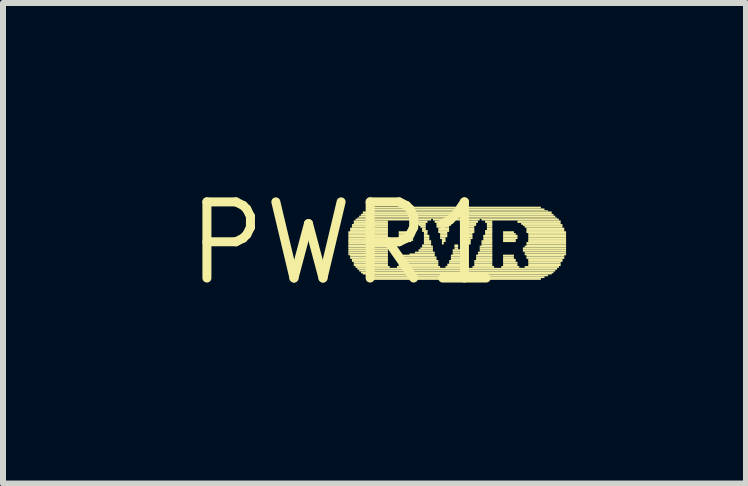
<source format=kicad_pcb>
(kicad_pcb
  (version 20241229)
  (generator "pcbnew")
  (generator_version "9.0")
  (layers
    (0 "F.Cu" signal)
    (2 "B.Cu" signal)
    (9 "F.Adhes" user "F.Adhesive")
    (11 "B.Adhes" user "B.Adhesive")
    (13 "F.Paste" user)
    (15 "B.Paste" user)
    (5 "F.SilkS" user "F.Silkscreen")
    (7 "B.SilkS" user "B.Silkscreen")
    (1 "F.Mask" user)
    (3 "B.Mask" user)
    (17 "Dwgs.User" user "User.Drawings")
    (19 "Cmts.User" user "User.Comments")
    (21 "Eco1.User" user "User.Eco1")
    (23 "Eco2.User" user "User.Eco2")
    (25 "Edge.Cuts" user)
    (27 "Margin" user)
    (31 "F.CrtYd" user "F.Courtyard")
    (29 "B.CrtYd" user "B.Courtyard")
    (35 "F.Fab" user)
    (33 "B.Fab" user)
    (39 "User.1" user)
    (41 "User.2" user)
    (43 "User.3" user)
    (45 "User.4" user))
  (footprint "PWR1"
    (layer "F.Cu")
    (at 2.698 1.006)
    (property "Reference" "PWR1" (at 0 0 0) (layer "F.SilkS") (effects (font (size 1.27 1.27) (thickness 0.15))))
    (attr through_hole)
    (fp_poly (pts (xy 0.06 -0.17) (xy 0.72 -0.17) (xy 0.72 -0.2) (xy 0.06 -0.2)) (stroke (width 0) (type solid)) (fill yes) (layer "F.SilkS"))
    (fp_poly (pts (xy 0.06 -0.14) (xy 0.72 -0.14) (xy 0.72 -0.17) (xy 0.06 -0.17)) (stroke (width 0) (type solid)) (fill yes) (layer "F.SilkS"))
    (fp_poly (pts (xy 0.06 -0.1) (xy 0.72 -0.1) (xy 0.72 -0.14) (xy 0.06 -0.14)) (stroke (width 0) (type solid)) (fill yes) (layer "F.SilkS"))
    (fp_poly (pts (xy 0.06 -0.07) (xy 0.72 -0.07) (xy 0.72 -0.1) (xy 0.06 -0.1)) (stroke (width 0) (type solid)) (fill yes) (layer "F.SilkS"))
    (fp_poly (pts (xy 0.06 -0.04) (xy 0.72 -0.04) (xy 0.72 -0.07) (xy 0.06 -0.07)) (stroke (width 0) (type solid)) (fill yes) (layer "F.SilkS"))
    (fp_poly (pts (xy 0.06 -0.02) (xy 0.72 -0.02) (xy 0.72 -0.05) (xy 0.06 -0.05)) (stroke (width 0) (type solid)) (fill yes) (layer "F.SilkS"))
    (fp_poly (pts (xy 0.06 0.02) (xy 0.72 0.02) (xy 0.72 -0.02) (xy 0.06 -0.02)) (stroke (width 0) (type solid)) (fill yes) (layer "F.SilkS"))
    (fp_poly (pts (xy 0.06 0.05) (xy 0.72 0.05) (xy 0.72 0.02) (xy 0.06 0.02)) (stroke (width 0) (type solid)) (fill yes) (layer "F.SilkS"))
    (fp_poly (pts (xy 0.06 0.07) (xy 0.72 0.07) (xy 0.72 0.04) (xy 0.06 0.04)) (stroke (width 0) (type solid)) (fill yes) (layer "F.SilkS"))
    (fp_poly (pts (xy 0.06 0.1) (xy 0.72 0.1) (xy 0.72 0.07) (xy 0.06 0.07)) (stroke (width 0) (type solid)) (fill yes) (layer "F.SilkS"))
    (fp_poly (pts (xy 0.06 0.14) (xy 0.72 0.14) (xy 0.72 0.1) (xy 0.06 0.1)) (stroke (width 0) (type solid)) (fill yes) (layer "F.SilkS"))
    (fp_poly (pts (xy 0.06 0.17) (xy 0.72 0.17) (xy 0.72 0.14) (xy 0.06 0.14)) (stroke (width 0) (type solid)) (fill yes) (layer "F.SilkS"))
    (fp_poly (pts (xy 0.06 0.2) (xy 0.72 0.2) (xy 0.72 0.17) (xy 0.06 0.17)) (stroke (width 0) (type solid)) (fill yes) (layer "F.SilkS"))
    (fp_poly (pts (xy 0.09 -0.22) (xy 0.72 -0.22) (xy 0.72 -0.26) (xy 0.09 -0.26)) (stroke (width 0) (type solid)) (fill yes) (layer "F.SilkS"))
    (fp_poly (pts (xy 0.09 -0.19) (xy 0.72 -0.19) (xy 0.72 -0.22) (xy 0.09 -0.22)) (stroke (width 0) (type solid)) (fill yes) (layer "F.SilkS"))
    (fp_poly (pts (xy 0.09 0.22) (xy 0.72 0.22) (xy 0.72 0.19) (xy 0.09 0.19)) (stroke (width 0) (type solid)) (fill yes) (layer "F.SilkS"))
    (fp_poly (pts (xy 0.09 0.26) (xy 0.72 0.26) (xy 0.72 0.22) (xy 0.09 0.22)) (stroke (width 0) (type solid)) (fill yes) (layer "F.SilkS"))
    (fp_poly (pts (xy 0.12 -0.29) (xy 0.72 -0.29) (xy 0.72 -0.32) (xy 0.12 -0.32)) (stroke (width 0) (type solid)) (fill yes) (layer "F.SilkS"))
    (fp_poly (pts (xy 0.12 -0.26) (xy 0.72 -0.26) (xy 0.72 -0.29) (xy 0.12 -0.29)) (stroke (width 0) (type solid)) (fill yes) (layer "F.SilkS"))
    (fp_poly (pts (xy 0.12 0.29) (xy 0.72 0.29) (xy 0.72 0.26) (xy 0.12 0.26)) (stroke (width 0) (type solid)) (fill yes) (layer "F.SilkS"))
    (fp_poly (pts (xy 0.12 0.31) (xy 0.72 0.31) (xy 0.72 0.28) (xy 0.12 0.28)) (stroke (width 0) (type solid)) (fill yes) (layer "F.SilkS"))
    (fp_poly (pts (xy 0.15 -0.34) (xy 0.72 -0.34) (xy 0.72 -0.38) (xy 0.15 -0.38)) (stroke (width 0) (type solid)) (fill yes) (layer "F.SilkS"))
    (fp_poly (pts (xy 0.15 -0.31) (xy 0.72 -0.31) (xy 0.72 -0.34) (xy 0.15 -0.34)) (stroke (width 0) (type solid)) (fill yes) (layer "F.SilkS"))
    (fp_poly (pts (xy 0.15 0.34) (xy 0.72 0.34) (xy 0.72 0.31) (xy 0.15 0.31)) (stroke (width 0) (type solid)) (fill yes) (layer "F.SilkS"))
    (fp_poly (pts (xy 0.15 0.38) (xy 0.72 0.38) (xy 0.72 0.34) (xy 0.15 0.34)) (stroke (width 0) (type solid)) (fill yes) (layer "F.SilkS"))
    (fp_poly (pts (xy 0.18 -0.38) (xy 1.44 -0.38) (xy 1.44 -0.41) (xy 0.18 -0.41)) (stroke (width 0) (type solid)) (fill yes) (layer "F.SilkS"))
    (fp_poly (pts (xy 0.18 0.41) (xy 0.75 0.41) (xy 0.75 0.38) (xy 0.18 0.38)) (stroke (width 0) (type solid)) (fill yes) (layer "F.SilkS"))
    (fp_poly (pts (xy 0.21 -0.41) (xy 3.54 -0.41) (xy 3.54 -0.43) (xy 0.21 -0.43)) (stroke (width 0) (type solid)) (fill yes) (layer "F.SilkS"))
    (fp_poly (pts (xy 0.21 0.44) (xy 3.54 0.44) (xy 3.54 0.41) (xy 0.21 0.41)) (stroke (width 0) (type solid)) (fill yes) (layer "F.SilkS"))
    (fp_poly (pts (xy 0.24 -0.43) (xy 3.51 -0.43) (xy 3.51 -0.46) (xy 0.24 -0.46)) (stroke (width 0) (type solid)) (fill yes) (layer "F.SilkS"))
    (fp_poly (pts (xy 0.24 0.47) (xy 3.51 0.47) (xy 3.51 0.44) (xy 0.24 0.44)) (stroke (width 0) (type solid)) (fill yes) (layer "F.SilkS"))
    (fp_poly (pts (xy 0.27 -0.46) (xy 3.48 -0.46) (xy 3.48 -0.49) (xy 0.27 -0.49)) (stroke (width 0) (type solid)) (fill yes) (layer "F.SilkS"))
    (fp_poly (pts (xy 0.27 0.5) (xy 3.48 0.5) (xy 3.48 0.47) (xy 0.27 0.47)) (stroke (width 0) (type solid)) (fill yes) (layer "F.SilkS"))
    (fp_poly (pts (xy 0.3 -0.49) (xy 3.45 -0.49) (xy 3.45 -0.53) (xy 0.3 -0.53)) (stroke (width 0) (type solid)) (fill yes) (layer "F.SilkS"))
    (fp_poly (pts (xy 0.3 0.52) (xy 3.45 0.52) (xy 3.45 0.49) (xy 0.3 0.49)) (stroke (width 0) (type solid)) (fill yes) (layer "F.SilkS"))
    (fp_poly (pts (xy 0.36 -0.53) (xy 3.39 -0.53) (xy 3.39 -0.55) (xy 0.36 -0.55)) (stroke (width 0) (type solid)) (fill yes) (layer "F.SilkS"))
    (fp_poly (pts (xy 0.36 0.55) (xy 3.39 0.55) (xy 3.39 0.52) (xy 0.36 0.52)) (stroke (width 0) (type solid)) (fill yes) (layer "F.SilkS"))
    (fp_poly (pts (xy 0.42 -0.55) (xy 3.33 -0.55) (xy 3.33 -0.58) (xy 0.42 -0.58)) (stroke (width 0) (type solid)) (fill yes) (layer "F.SilkS"))
    (fp_poly (pts (xy 0.42 0.58) (xy 3.33 0.58) (xy 3.33 0.55) (xy 0.42 0.55)) (stroke (width 0) (type solid)) (fill yes) (layer "F.SilkS"))
    (fp_poly (pts (xy 0.48 -0.58) (xy 3.27 -0.58) (xy 3.27 -0.61) (xy 0.48 -0.61)) (stroke (width 0) (type solid)) (fill yes) (layer "F.SilkS"))
    (fp_poly (pts (xy 0.48 0.61) (xy 3.27 0.61) (xy 3.27 0.58) (xy 0.48 0.58)) (stroke (width 0) (type solid)) (fill yes) (layer "F.SilkS"))
    (fp_poly (pts (xy 0.87 0.41) (xy 1.59 0.41) (xy 1.59 0.38) (xy 0.87 0.38)) (stroke (width 0) (type solid)) (fill yes) (layer "F.SilkS"))
    (fp_poly (pts (xy 0.9 -0.17) (xy 1.08 -0.17) (xy 1.08 -0.2) (xy 0.9 -0.2)) (stroke (width 0) (type solid)) (fill yes) (layer "F.SilkS"))
    (fp_poly (pts (xy 0.9 -0.14) (xy 1.14 -0.14) (xy 1.14 -0.17) (xy 0.9 -0.17)) (stroke (width 0) (type solid)) (fill yes) (layer "F.SilkS"))
    (fp_poly (pts (xy 0.9 -0.1) (xy 1.14 -0.1) (xy 1.14 -0.14) (xy 0.9 -0.14)) (stroke (width 0) (type solid)) (fill yes) (layer "F.SilkS"))
    (fp_poly (pts (xy 0.9 -0.07) (xy 1.14 -0.07) (xy 1.14 -0.1) (xy 0.9 -0.1)) (stroke (width 0) (type solid)) (fill yes) (layer "F.SilkS"))
    (fp_poly (pts (xy 0.9 -0.04) (xy 1.14 -0.04) (xy 1.14 -0.07) (xy 0.9 -0.07)) (stroke (width 0) (type solid)) (fill yes) (layer "F.SilkS"))
    (fp_poly (pts (xy 0.9 -0.02) (xy 1.11 -0.02) (xy 1.11 -0.05) (xy 0.9 -0.05)) (stroke (width 0) (type solid)) (fill yes) (layer "F.SilkS"))
    (fp_poly (pts (xy 0.9 0.22) (xy 1.5 0.22) (xy 1.5 0.19) (xy 0.9 0.19)) (stroke (width 0) (type solid)) (fill yes) (layer "F.SilkS"))
    (fp_poly (pts (xy 0.9 0.26) (xy 1.53 0.26) (xy 1.53 0.22) (xy 0.9 0.22)) (stroke (width 0) (type solid)) (fill yes) (layer "F.SilkS"))
    (fp_poly (pts (xy 0.9 0.29) (xy 1.53 0.29) (xy 1.53 0.26) (xy 0.9 0.26)) (stroke (width 0) (type solid)) (fill yes) (layer "F.SilkS"))
    (fp_poly (pts (xy 0.9 0.31) (xy 1.56 0.31) (xy 1.56 0.28) (xy 0.9 0.28)) (stroke (width 0) (type solid)) (fill yes) (layer "F.SilkS"))
    (fp_poly (pts (xy 0.9 0.34) (xy 1.56 0.34) (xy 1.56 0.31) (xy 0.9 0.31)) (stroke (width 0) (type solid)) (fill yes) (layer "F.SilkS"))
    (fp_poly (pts (xy 0.9 0.38) (xy 1.56 0.38) (xy 1.56 0.34) (xy 0.9 0.34)) (stroke (width 0) (type solid)) (fill yes) (layer "F.SilkS"))
    (fp_poly (pts (xy 1.08 0.2) (xy 1.5 0.2) (xy 1.5 0.17) (xy 1.08 0.17)) (stroke (width 0) (type solid)) (fill yes) (layer "F.SilkS"))
    (fp_poly (pts (xy 1.14 -0.34) (xy 1.38 -0.34) (xy 1.38 -0.38) (xy 1.14 -0.38)) (stroke (width 0) (type solid)) (fill yes) (layer "F.SilkS"))
    (fp_poly (pts (xy 1.17 0.17) (xy 1.5 0.17) (xy 1.5 0.14) (xy 1.17 0.14)) (stroke (width 0) (type solid)) (fill yes) (layer "F.SilkS"))
    (fp_poly (pts (xy 1.2 -0.31) (xy 1.35 -0.31) (xy 1.35 -0.34) (xy 1.2 -0.34)) (stroke (width 0) (type solid)) (fill yes) (layer "F.SilkS"))
    (fp_poly (pts (xy 1.23 -0.29) (xy 1.35 -0.29) (xy 1.35 -0.32) (xy 1.23 -0.32)) (stroke (width 0) (type solid)) (fill yes) (layer "F.SilkS"))
    (fp_poly (pts (xy 1.23 0.14) (xy 1.47 0.14) (xy 1.47 0.1) (xy 1.23 0.1)) (stroke (width 0) (type solid)) (fill yes) (layer "F.SilkS"))
    (fp_poly (pts (xy 1.26 -0.26) (xy 1.35 -0.26) (xy 1.35 -0.29) (xy 1.26 -0.29)) (stroke (width 0) (type solid)) (fill yes) (layer "F.SilkS"))
    (fp_poly (pts (xy 1.26 0.1) (xy 1.47 0.1) (xy 1.47 0.07) (xy 1.26 0.07)) (stroke (width 0) (type solid)) (fill yes) (layer "F.SilkS"))
    (fp_poly (pts (xy 1.29 -0.22) (xy 1.35 -0.22) (xy 1.35 -0.26) (xy 1.29 -0.26)) (stroke (width 0) (type solid)) (fill yes) (layer "F.SilkS"))
    (fp_poly (pts (xy 1.29 -0.19) (xy 1.38 -0.19) (xy 1.38 -0.22) (xy 1.29 -0.22)) (stroke (width 0) (type solid)) (fill yes) (layer "F.SilkS"))
    (fp_poly (pts (xy 1.29 0.05) (xy 1.44 0.05) (xy 1.44 0.02) (xy 1.29 0.02)) (stroke (width 0) (type solid)) (fill yes) (layer "F.SilkS"))
    (fp_poly (pts (xy 1.29 0.07) (xy 1.47 0.07) (xy 1.47 0.04) (xy 1.29 0.04)) (stroke (width 0) (type solid)) (fill yes) (layer "F.SilkS"))
    (fp_poly (pts (xy 1.32 -0.17) (xy 1.38 -0.17) (xy 1.38 -0.2) (xy 1.32 -0.2)) (stroke (width 0) (type solid)) (fill yes) (layer "F.SilkS"))
    (fp_poly (pts (xy 1.32 -0.14) (xy 1.38 -0.14) (xy 1.38 -0.17) (xy 1.32 -0.17)) (stroke (width 0) (type solid)) (fill yes) (layer "F.SilkS"))
    (fp_poly (pts (xy 1.32 -0.1) (xy 1.41 -0.1) (xy 1.41 -0.14) (xy 1.32 -0.14)) (stroke (width 0) (type solid)) (fill yes) (layer "F.SilkS"))
    (fp_poly (pts (xy 1.32 -0.07) (xy 1.41 -0.07) (xy 1.41 -0.1) (xy 1.32 -0.1)) (stroke (width 0) (type solid)) (fill yes) (layer "F.SilkS"))
    (fp_poly (pts (xy 1.32 -0.04) (xy 1.41 -0.04) (xy 1.41 -0.07) (xy 1.32 -0.07)) (stroke (width 0) (type solid)) (fill yes) (layer "F.SilkS"))
    (fp_poly (pts (xy 1.32 -0.02) (xy 1.44 -0.02) (xy 1.44 -0.05) (xy 1.32 -0.05)) (stroke (width 0) (type solid)) (fill yes) (layer "F.SilkS"))
    (fp_poly (pts (xy 1.32 0.02) (xy 1.44 0.02) (xy 1.44 -0.02) (xy 1.32 -0.02)) (stroke (width 0) (type solid)) (fill yes) (layer "F.SilkS"))
    (fp_poly (pts (xy 1.47 -0.38) (xy 2.25 -0.38) (xy 2.25 -0.41) (xy 1.47 -0.41)) (stroke (width 0) (type solid)) (fill yes) (layer "F.SilkS"))
    (fp_poly (pts (xy 1.5 -0.34) (xy 1.8 -0.34) (xy 1.8 -0.38) (xy 1.5 -0.38)) (stroke (width 0) (type solid)) (fill yes) (layer "F.SilkS"))
    (fp_poly (pts (xy 1.53 -0.31) (xy 1.77 -0.31) (xy 1.77 -0.34) (xy 1.53 -0.34)) (stroke (width 0) (type solid)) (fill yes) (layer "F.SilkS"))
    (fp_poly (pts (xy 1.53 -0.29) (xy 1.77 -0.29) (xy 1.77 -0.32) (xy 1.53 -0.32)) (stroke (width 0) (type solid)) (fill yes) (layer "F.SilkS"))
    (fp_poly (pts (xy 1.53 -0.26) (xy 1.74 -0.26) (xy 1.74 -0.29) (xy 1.53 -0.29)) (stroke (width 0) (type solid)) (fill yes) (layer "F.SilkS"))
    (fp_poly (pts (xy 1.56 -0.22) (xy 1.74 -0.22) (xy 1.74 -0.26) (xy 1.56 -0.26)) (stroke (width 0) (type solid)) (fill yes) (layer "F.SilkS"))
    (fp_poly (pts (xy 1.56 -0.19) (xy 1.74 -0.19) (xy 1.74 -0.22) (xy 1.56 -0.22)) (stroke (width 0) (type solid)) (fill yes) (layer "F.SilkS"))
    (fp_poly (pts (xy 1.56 -0.17) (xy 1.71 -0.17) (xy 1.71 -0.2) (xy 1.56 -0.2)) (stroke (width 0) (type solid)) (fill yes) (layer "F.SilkS"))
    (fp_poly (pts (xy 1.59 -0.14) (xy 1.71 -0.14) (xy 1.71 -0.17) (xy 1.59 -0.17)) (stroke (width 0) (type solid)) (fill yes) (layer "F.SilkS"))
    (fp_poly (pts (xy 1.59 -0.1) (xy 1.71 -0.1) (xy 1.71 -0.14) (xy 1.59 -0.14)) (stroke (width 0) (type solid)) (fill yes) (layer "F.SilkS"))
    (fp_poly (pts (xy 1.59 -0.07) (xy 1.68 -0.07) (xy 1.68 -0.1) (xy 1.59 -0.1)) (stroke (width 0) (type solid)) (fill yes) (layer "F.SilkS"))
    (fp_poly (pts (xy 1.62 -0.04) (xy 1.68 -0.04) (xy 1.68 -0.07) (xy 1.62 -0.07)) (stroke (width 0) (type solid)) (fill yes) (layer "F.SilkS"))
    (fp_poly (pts (xy 1.62 -0.02) (xy 1.68 -0.02) (xy 1.68 -0.05) (xy 1.62 -0.05)) (stroke (width 0) (type solid)) (fill yes) (layer "F.SilkS"))
    (fp_poly (pts (xy 1.62 0.02) (xy 1.65 0.02) (xy 1.65 -0.02) (xy 1.62 -0.02)) (stroke (width 0) (type solid)) (fill yes) (layer "F.SilkS"))
    (fp_poly (pts (xy 1.68 0.41) (xy 2.01 0.41) (xy 2.01 0.38) (xy 1.68 0.38)) (stroke (width 0) (type solid)) (fill yes) (layer "F.SilkS"))
    (fp_poly (pts (xy 1.71 0.38) (xy 1.98 0.38) (xy 1.98 0.34) (xy 1.71 0.34)) (stroke (width 0) (type solid)) (fill yes) (layer "F.SilkS"))
    (fp_poly (pts (xy 1.74 0.31) (xy 1.98 0.31) (xy 1.98 0.28) (xy 1.74 0.28)) (stroke (width 0) (type solid)) (fill yes) (layer "F.SilkS"))
    (fp_poly (pts (xy 1.74 0.34) (xy 1.98 0.34) (xy 1.98 0.31) (xy 1.74 0.31)) (stroke (width 0) (type solid)) (fill yes) (layer "F.SilkS"))
    (fp_poly (pts (xy 1.77 0.22) (xy 1.95 0.22) (xy 1.95 0.19) (xy 1.77 0.19)) (stroke (width 0) (type solid)) (fill yes) (layer "F.SilkS"))
    (fp_poly (pts (xy 1.77 0.26) (xy 1.95 0.26) (xy 1.95 0.22) (xy 1.77 0.22)) (stroke (width 0) (type solid)) (fill yes) (layer "F.SilkS"))
    (fp_poly (pts (xy 1.77 0.29) (xy 1.95 0.29) (xy 1.95 0.26) (xy 1.77 0.26)) (stroke (width 0) (type solid)) (fill yes) (layer "F.SilkS"))
    (fp_poly (pts (xy 1.8 0.14) (xy 1.92 0.14) (xy 1.92 0.1) (xy 1.8 0.1)) (stroke (width 0) (type solid)) (fill yes) (layer "F.SilkS"))
    (fp_poly (pts (xy 1.8 0.17) (xy 1.92 0.17) (xy 1.92 0.14) (xy 1.8 0.14)) (stroke (width 0) (type solid)) (fill yes) (layer "F.SilkS"))
    (fp_poly (pts (xy 1.8 0.2) (xy 1.92 0.2) (xy 1.92 0.17) (xy 1.8 0.17)) (stroke (width 0) (type solid)) (fill yes) (layer "F.SilkS"))
    (fp_poly (pts (xy 1.83 0.05) (xy 1.89 0.05) (xy 1.89 0.02) (xy 1.83 0.02)) (stroke (width 0) (type solid)) (fill yes) (layer "F.SilkS"))
    (fp_poly (pts (xy 1.83 0.07) (xy 1.89 0.07) (xy 1.89 0.04) (xy 1.83 0.04)) (stroke (width 0) (type solid)) (fill yes) (layer "F.SilkS"))
    (fp_poly (pts (xy 1.83 0.1) (xy 1.89 0.1) (xy 1.89 0.07) (xy 1.83 0.07)) (stroke (width 0) (type solid)) (fill yes) (layer "F.SilkS"))
    (fp_poly (pts (xy 1.92 -0.34) (xy 2.22 -0.34) (xy 2.22 -0.38) (xy 1.92 -0.38)) (stroke (width 0) (type solid)) (fill yes) (layer "F.SilkS"))
    (fp_poly (pts (xy 1.95 -0.31) (xy 2.19 -0.31) (xy 2.19 -0.34) (xy 1.95 -0.34)) (stroke (width 0) (type solid)) (fill yes) (layer "F.SilkS"))
    (fp_poly (pts (xy 1.95 -0.29) (xy 2.19 -0.29) (xy 2.19 -0.32) (xy 1.95 -0.32)) (stroke (width 0) (type solid)) (fill yes) (layer "F.SilkS"))
    (fp_poly (pts (xy 1.95 -0.26) (xy 2.16 -0.26) (xy 2.16 -0.29) (xy 1.95 -0.29)) (stroke (width 0) (type solid)) (fill yes) (layer "F.SilkS"))
    (fp_poly (pts (xy 1.98 -0.22) (xy 2.16 -0.22) (xy 2.16 -0.26) (xy 1.98 -0.26)) (stroke (width 0) (type solid)) (fill yes) (layer "F.SilkS"))
    (fp_poly (pts (xy 1.98 -0.19) (xy 2.16 -0.19) (xy 2.16 -0.22) (xy 1.98 -0.22)) (stroke (width 0) (type solid)) (fill yes) (layer "F.SilkS"))
    (fp_poly (pts (xy 1.98 -0.17) (xy 2.16 -0.17) (xy 2.16 -0.2) (xy 1.98 -0.2)) (stroke (width 0) (type solid)) (fill yes) (layer "F.SilkS"))
    (fp_poly (pts (xy 2.01 -0.14) (xy 2.13 -0.14) (xy 2.13 -0.17) (xy 2.01 -0.17)) (stroke (width 0) (type solid)) (fill yes) (layer "F.SilkS"))
    (fp_poly (pts (xy 2.01 -0.1) (xy 2.13 -0.1) (xy 2.13 -0.14) (xy 2.01 -0.14)) (stroke (width 0) (type solid)) (fill yes) (layer "F.SilkS"))
    (fp_poly (pts (xy 2.01 -0.07) (xy 2.13 -0.07) (xy 2.13 -0.1) (xy 2.01 -0.1)) (stroke (width 0) (type solid)) (fill yes) (layer "F.SilkS"))
    (fp_poly (pts (xy 2.04 -0.04) (xy 2.1 -0.04) (xy 2.1 -0.07) (xy 2.04 -0.07)) (stroke (width 0) (type solid)) (fill yes) (layer "F.SilkS"))
    (fp_poly (pts (xy 2.04 -0.02) (xy 2.1 -0.02) (xy 2.1 -0.05) (xy 2.04 -0.05)) (stroke (width 0) (type solid)) (fill yes) (layer "F.SilkS"))
    (fp_poly (pts (xy 2.04 0.02) (xy 2.1 0.02) (xy 2.1 -0.02) (xy 2.04 -0.02)) (stroke (width 0) (type solid)) (fill yes) (layer "F.SilkS"))
    (fp_poly (pts (xy 2.13 0.41) (xy 2.49 0.41) (xy 2.49 0.38) (xy 2.13 0.38)) (stroke (width 0) (type solid)) (fill yes) (layer "F.SilkS"))
    (fp_poly (pts (xy 2.16 0.31) (xy 2.46 0.31) (xy 2.46 0.28) (xy 2.16 0.28)) (stroke (width 0) (type solid)) (fill yes) (layer "F.SilkS"))
    (fp_poly (pts (xy 2.16 0.34) (xy 2.46 0.34) (xy 2.46 0.31) (xy 2.16 0.31)) (stroke (width 0) (type solid)) (fill yes) (layer "F.SilkS"))
    (fp_poly (pts (xy 2.16 0.38) (xy 2.46 0.38) (xy 2.46 0.34) (xy 2.16 0.34)) (stroke (width 0) (type solid)) (fill yes) (layer "F.SilkS"))
    (fp_poly (pts (xy 2.19 0.22) (xy 2.46 0.22) (xy 2.46 0.19) (xy 2.19 0.19)) (stroke (width 0) (type solid)) (fill yes) (layer "F.SilkS"))
    (fp_poly (pts (xy 2.19 0.26) (xy 2.46 0.26) (xy 2.46 0.22) (xy 2.19 0.22)) (stroke (width 0) (type solid)) (fill yes) (layer "F.SilkS"))
    (fp_poly (pts (xy 2.19 0.29) (xy 2.46 0.29) (xy 2.46 0.26) (xy 2.19 0.26)) (stroke (width 0) (type solid)) (fill yes) (layer "F.SilkS"))
    (fp_poly (pts (xy 2.22 0.17) (xy 2.46 0.17) (xy 2.46 0.14) (xy 2.22 0.14)) (stroke (width 0) (type solid)) (fill yes) (layer "F.SilkS"))
    (fp_poly (pts (xy 2.22 0.2) (xy 2.46 0.2) (xy 2.46 0.17) (xy 2.22 0.17)) (stroke (width 0) (type solid)) (fill yes) (layer "F.SilkS"))
    (fp_poly (pts (xy 2.25 0.07) (xy 2.46 0.07) (xy 2.46 0.04) (xy 2.25 0.04)) (stroke (width 0) (type solid)) (fill yes) (layer "F.SilkS"))
    (fp_poly (pts (xy 2.25 0.1) (xy 2.46 0.1) (xy 2.46 0.07) (xy 2.25 0.07)) (stroke (width 0) (type solid)) (fill yes) (layer "F.SilkS"))
    (fp_poly (pts (xy 2.25 0.14) (xy 2.46 0.14) (xy 2.46 0.1) (xy 2.25 0.1)) (stroke (width 0) (type solid)) (fill yes) (layer "F.SilkS"))
    (fp_poly (pts (xy 2.28 -0.38) (xy 3.57 -0.38) (xy 3.57 -0.41) (xy 2.28 -0.41)) (stroke (width 0) (type solid)) (fill yes) (layer "F.SilkS"))
    (fp_poly (pts (xy 2.28 -0.02) (xy 2.46 -0.02) (xy 2.46 -0.05) (xy 2.28 -0.05)) (stroke (width 0) (type solid)) (fill yes) (layer "F.SilkS"))
    (fp_poly (pts (xy 2.28 0.02) (xy 2.46 0.02) (xy 2.46 -0.02) (xy 2.28 -0.02)) (stroke (width 0) (type solid)) (fill yes) (layer "F.SilkS"))
    (fp_poly (pts (xy 2.28 0.05) (xy 2.46 0.05) (xy 2.46 0.02) (xy 2.28 0.02)) (stroke (width 0) (type solid)) (fill yes) (layer "F.SilkS"))
    (fp_poly (pts (xy 2.31 -0.1) (xy 2.46 -0.1) (xy 2.46 -0.14) (xy 2.31 -0.14)) (stroke (width 0) (type solid)) (fill yes) (layer "F.SilkS"))
    (fp_poly (pts (xy 2.31 -0.07) (xy 2.46 -0.07) (xy 2.46 -0.1) (xy 2.31 -0.1)) (stroke (width 0) (type solid)) (fill yes) (layer "F.SilkS"))
    (fp_poly (pts (xy 2.31 -0.04) (xy 2.46 -0.04) (xy 2.46 -0.07) (xy 2.31 -0.07)) (stroke (width 0) (type solid)) (fill yes) (layer "F.SilkS"))
    (fp_poly (pts (xy 2.34 -0.34) (xy 2.46 -0.34) (xy 2.46 -0.38) (xy 2.34 -0.38)) (stroke (width 0) (type solid)) (fill yes) (layer "F.SilkS"))
    (fp_poly (pts (xy 2.34 -0.19) (xy 2.46 -0.19) (xy 2.46 -0.22) (xy 2.34 -0.22)) (stroke (width 0) (type solid)) (fill yes) (layer "F.SilkS"))
    (fp_poly (pts (xy 2.34 -0.17) (xy 2.46 -0.17) (xy 2.46 -0.2) (xy 2.34 -0.2)) (stroke (width 0) (type solid)) (fill yes) (layer "F.SilkS"))
    (fp_poly (pts (xy 2.34 -0.14) (xy 2.46 -0.14) (xy 2.46 -0.17) (xy 2.34 -0.17)) (stroke (width 0) (type solid)) (fill yes) (layer "F.SilkS"))
    (fp_poly (pts (xy 2.37 -0.31) (xy 2.46 -0.31) (xy 2.46 -0.34) (xy 2.37 -0.34)) (stroke (width 0) (type solid)) (fill yes) (layer "F.SilkS"))
    (fp_poly (pts (xy 2.37 -0.29) (xy 2.46 -0.29) (xy 2.46 -0.32) (xy 2.37 -0.32)) (stroke (width 0) (type solid)) (fill yes) (layer "F.SilkS"))
    (fp_poly (pts (xy 2.37 -0.26) (xy 2.46 -0.26) (xy 2.46 -0.29) (xy 2.37 -0.29)) (stroke (width 0) (type solid)) (fill yes) (layer "F.SilkS"))
    (fp_poly (pts (xy 2.37 -0.22) (xy 2.46 -0.22) (xy 2.46 -0.26) (xy 2.37 -0.26)) (stroke (width 0) (type solid)) (fill yes) (layer "F.SilkS"))
    (fp_poly (pts (xy 2.61 0.41) (xy 2.91 0.41) (xy 2.91 0.38) (xy 2.61 0.38)) (stroke (width 0) (type solid)) (fill yes) (layer "F.SilkS"))
    (fp_poly (pts (xy 2.64 -0.17) (xy 2.82 -0.17) (xy 2.82 -0.2) (xy 2.64 -0.2)) (stroke (width 0) (type solid)) (fill yes) (layer "F.SilkS"))
    (fp_poly (pts (xy 2.64 -0.14) (xy 2.85 -0.14) (xy 2.85 -0.17) (xy 2.64 -0.17)) (stroke (width 0) (type solid)) (fill yes) (layer "F.SilkS"))
    (fp_poly (pts (xy 2.64 -0.1) (xy 2.88 -0.1) (xy 2.88 -0.14) (xy 2.64 -0.14)) (stroke (width 0) (type solid)) (fill yes) (layer "F.SilkS"))
    (fp_poly (pts (xy 2.64 -0.07) (xy 2.88 -0.07) (xy 2.88 -0.1) (xy 2.64 -0.1)) (stroke (width 0) (type solid)) (fill yes) (layer "F.SilkS"))
    (fp_poly (pts (xy 2.64 -0.04) (xy 2.85 -0.04) (xy 2.85 -0.07) (xy 2.64 -0.07)) (stroke (width 0) (type solid)) (fill yes) (layer "F.SilkS"))
    (fp_poly (pts (xy 2.64 -0.02) (xy 2.85 -0.02) (xy 2.85 -0.05) (xy 2.64 -0.05)) (stroke (width 0) (type solid)) (fill yes) (layer "F.SilkS"))
    (fp_poly (pts (xy 2.64 0.22) (xy 2.82 0.22) (xy 2.82 0.19) (xy 2.64 0.19)) (stroke (width 0) (type solid)) (fill yes) (layer "F.SilkS"))
    (fp_poly (pts (xy 2.64 0.26) (xy 2.82 0.26) (xy 2.82 0.22) (xy 2.64 0.22)) (stroke (width 0) (type solid)) (fill yes) (layer "F.SilkS"))
    (fp_poly (pts (xy 2.64 0.29) (xy 2.85 0.29) (xy 2.85 0.26) (xy 2.64 0.26)) (stroke (width 0) (type solid)) (fill yes) (layer "F.SilkS"))
    (fp_poly (pts (xy 2.64 0.31) (xy 2.85 0.31) (xy 2.85 0.28) (xy 2.64 0.28)) (stroke (width 0) (type solid)) (fill yes) (layer "F.SilkS"))
    (fp_poly (pts (xy 2.64 0.34) (xy 2.88 0.34) (xy 2.88 0.31) (xy 2.64 0.31)) (stroke (width 0) (type solid)) (fill yes) (layer "F.SilkS"))
    (fp_poly (pts (xy 2.64 0.38) (xy 2.88 0.38) (xy 2.88 0.34) (xy 2.64 0.34)) (stroke (width 0) (type solid)) (fill yes) (layer "F.SilkS"))
    (fp_poly (pts (xy 2.88 -0.34) (xy 3.6 -0.34) (xy 3.6 -0.38) (xy 2.88 -0.38)) (stroke (width 0) (type solid)) (fill yes) (layer "F.SilkS"))
    (fp_poly (pts (xy 2.94 -0.31) (xy 3.6 -0.31) (xy 3.6 -0.34) (xy 2.94 -0.34)) (stroke (width 0) (type solid)) (fill yes) (layer "F.SilkS"))
    (fp_poly (pts (xy 2.97 -0.29) (xy 3.63 -0.29) (xy 3.63 -0.32) (xy 2.97 -0.32)) (stroke (width 0) (type solid)) (fill yes) (layer "F.SilkS"))
    (fp_poly (pts (xy 2.97 0.1) (xy 3.69 0.1) (xy 3.69 0.07) (xy 2.97 0.07)) (stroke (width 0) (type solid)) (fill yes) (layer "F.SilkS"))
    (fp_poly (pts (xy 2.97 0.14) (xy 3.69 0.14) (xy 3.69 0.1) (xy 2.97 0.1)) (stroke (width 0) (type solid)) (fill yes) (layer "F.SilkS"))
    (fp_poly (pts (xy 3 -0.26) (xy 3.63 -0.26) (xy 3.63 -0.29) (xy 3 -0.29)) (stroke (width 0) (type solid)) (fill yes) (layer "F.SilkS"))
    (fp_poly (pts (xy 3 0.07) (xy 3.69 0.07) (xy 3.69 0.04) (xy 3 0.04)) (stroke (width 0) (type solid)) (fill yes) (layer "F.SilkS"))
    (fp_poly (pts (xy 3 0.17) (xy 3.69 0.17) (xy 3.69 0.14) (xy 3 0.14)) (stroke (width 0) (type solid)) (fill yes) (layer "F.SilkS"))
    (fp_poly (pts (xy 3 0.2) (xy 3.69 0.2) (xy 3.69 0.17) (xy 3 0.17)) (stroke (width 0) (type solid)) (fill yes) (layer "F.SilkS"))
    (fp_poly (pts (xy 3 0.41) (xy 3.57 0.41) (xy 3.57 0.38) (xy 3 0.38)) (stroke (width 0) (type solid)) (fill yes) (layer "F.SilkS"))
    (fp_poly (pts (xy 3.03 -0.22) (xy 3.66 -0.22) (xy 3.66 -0.26) (xy 3.03 -0.26)) (stroke (width 0) (type solid)) (fill yes) (layer "F.SilkS"))
    (fp_poly (pts (xy 3.03 -0.19) (xy 3.66 -0.19) (xy 3.66 -0.22) (xy 3.03 -0.22)) (stroke (width 0) (type solid)) (fill yes) (layer "F.SilkS"))
    (fp_poly (pts (xy 3.03 -0.17) (xy 3.69 -0.17) (xy 3.69 -0.2) (xy 3.03 -0.2)) (stroke (width 0) (type solid)) (fill yes) (layer "F.SilkS"))
    (fp_poly (pts (xy 3.03 0.02) (xy 3.69 0.02) (xy 3.69 -0.02) (xy 3.03 -0.02)) (stroke (width 0) (type solid)) (fill yes) (layer "F.SilkS"))
    (fp_poly (pts (xy 3.03 0.05) (xy 3.69 0.05) (xy 3.69 0.02) (xy 3.03 0.02)) (stroke (width 0) (type solid)) (fill yes) (layer "F.SilkS"))
    (fp_poly (pts (xy 3.03 0.22) (xy 3.66 0.22) (xy 3.66 0.19) (xy 3.03 0.19)) (stroke (width 0) (type solid)) (fill yes) (layer "F.SilkS"))
    (fp_poly (pts (xy 3.03 0.26) (xy 3.66 0.26) (xy 3.66 0.22) (xy 3.03 0.22)) (stroke (width 0) (type solid)) (fill yes) (layer "F.SilkS"))
    (fp_poly (pts (xy 3.06 -0.14) (xy 3.69 -0.14) (xy 3.69 -0.17) (xy 3.06 -0.17)) (stroke (width 0) (type solid)) (fill yes) (layer "F.SilkS"))
    (fp_poly (pts (xy 3.06 -0.1) (xy 3.69 -0.1) (xy 3.69 -0.14) (xy 3.06 -0.14)) (stroke (width 0) (type solid)) (fill yes) (layer "F.SilkS"))
    (fp_poly (pts (xy 3.06 -0.07) (xy 3.69 -0.07) (xy 3.69 -0.1) (xy 3.06 -0.1)) (stroke (width 0) (type solid)) (fill yes) (layer "F.SilkS"))
    (fp_poly (pts (xy 3.06 -0.04) (xy 3.69 -0.04) (xy 3.69 -0.07) (xy 3.06 -0.07)) (stroke (width 0) (type solid)) (fill yes) (layer "F.SilkS"))
    (fp_poly (pts (xy 3.06 -0.02) (xy 3.69 -0.02) (xy 3.69 -0.05) (xy 3.06 -0.05)) (stroke (width 0) (type solid)) (fill yes) (layer "F.SilkS"))
    (fp_poly (pts (xy 3.06 0.29) (xy 3.63 0.29) (xy 3.63 0.26) (xy 3.06 0.26)) (stroke (width 0) (type solid)) (fill yes) (layer "F.SilkS"))
    (fp_poly (pts (xy 3.06 0.31) (xy 3.63 0.31) (xy 3.63 0.28) (xy 3.06 0.28)) (stroke (width 0) (type solid)) (fill yes) (layer "F.SilkS"))
    (fp_poly (pts (xy 3.06 0.34) (xy 3.6 0.34) (xy 3.6 0.31) (xy 3.06 0.31)) (stroke (width 0) (type solid)) (fill yes) (layer "F.SilkS"))
    (fp_poly (pts (xy 3.06 0.38) (xy 3.6 0.38) (xy 3.6 0.34) (xy 3.06 0.34)) (stroke (width 0) (type solid)) (fill yes) (layer "F.SilkS")))
  (gr_rect
    (start -3 -3)
    (end 9.388 5.012)
    (stroke (width 0.1) (type default))
    (fill no)
    (layer "Edge.Cuts")))
</source>
